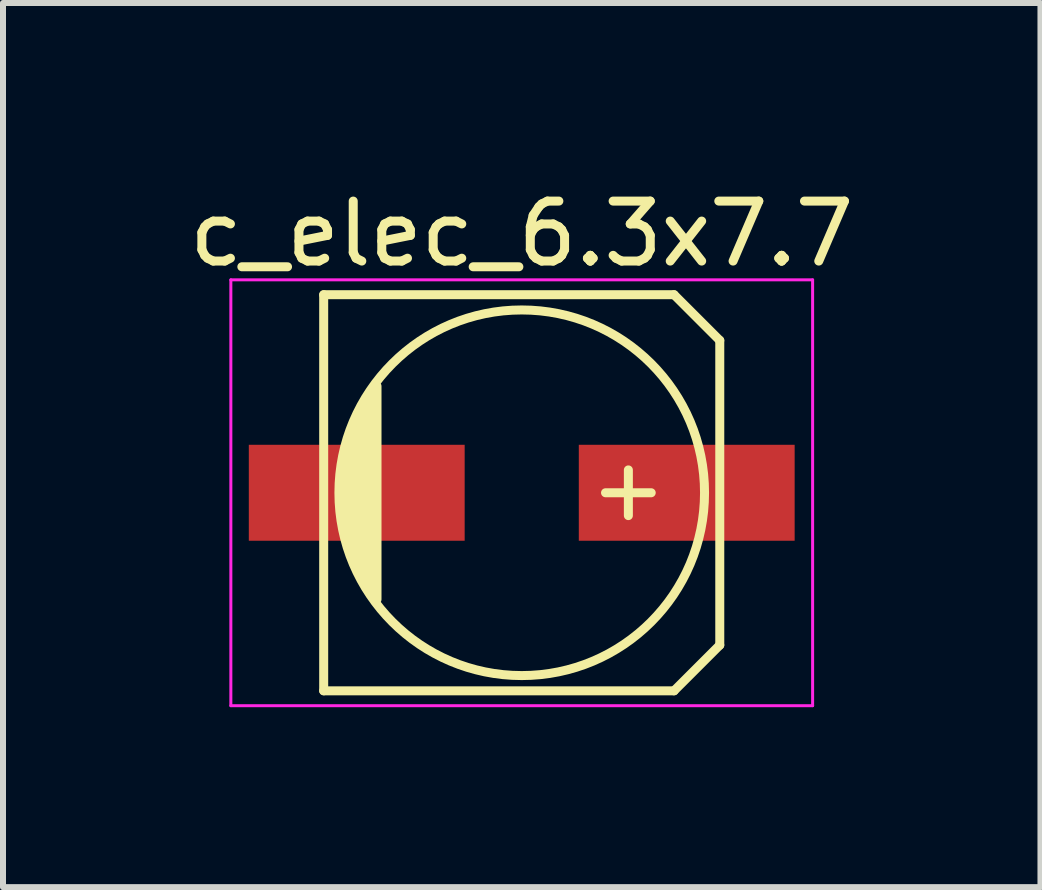
<source format=kicad_pcb>
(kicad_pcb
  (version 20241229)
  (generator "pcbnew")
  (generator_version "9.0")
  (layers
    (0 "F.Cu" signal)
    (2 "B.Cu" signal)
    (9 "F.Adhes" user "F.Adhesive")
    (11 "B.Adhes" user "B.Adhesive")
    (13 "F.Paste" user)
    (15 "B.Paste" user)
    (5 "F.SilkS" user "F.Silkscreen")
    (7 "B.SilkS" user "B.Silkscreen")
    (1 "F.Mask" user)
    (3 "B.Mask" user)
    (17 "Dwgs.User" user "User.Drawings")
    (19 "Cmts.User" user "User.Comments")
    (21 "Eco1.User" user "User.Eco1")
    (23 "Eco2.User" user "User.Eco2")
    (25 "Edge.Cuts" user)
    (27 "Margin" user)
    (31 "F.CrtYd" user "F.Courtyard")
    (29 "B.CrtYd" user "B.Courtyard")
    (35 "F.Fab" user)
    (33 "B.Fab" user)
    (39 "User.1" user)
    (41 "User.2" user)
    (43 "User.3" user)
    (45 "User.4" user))
  (footprint "c_elec_6.3x7.7"
    (layer "F.Cu")
    (at 5.649 5.166)
    (property "Reference" "c_elec_6.3x7.7" (at 0 -4.318 0) (layer "F.SilkS") (effects (font (size 1 1) (thickness 0.15))))
    (attr smd)
    (fp_line (start -3.302 -3.302) (end -3.302 3.302) (stroke (width 0.15) (type solid)) (layer "F.SilkS"))
    (fp_line (start -3.302 3.302) (end 2.54 3.302) (stroke (width 0.15) (type solid)) (layer "F.SilkS"))
    (fp_line (start -2.921 -0.762) (end -2.921 0.762) (stroke (width 0.15) (type solid)) (layer "F.SilkS"))
    (fp_line (start -2.794 1.143) (end -2.794 -1.143) (stroke (width 0.15) (type solid)) (layer "F.SilkS"))
    (fp_line (start -2.667 -1.397) (end -2.667 1.397) (stroke (width 0.15) (type solid)) (layer "F.SilkS"))
    (fp_line (start -2.54 1.651) (end -2.54 -1.651) (stroke (width 0.15) (type solid)) (layer "F.SilkS"))
    (fp_line (start -2.413 -1.778) (end -2.413 1.778) (stroke (width 0.15) (type solid)) (layer "F.SilkS"))
    (fp_line (start 1.778 -0.381) (end 1.778 0.381) (stroke (width 0.15) (type solid)) (layer "F.SilkS"))
    (fp_line (start 2.159 0) (end 1.397 0) (stroke (width 0.15) (type solid)) (layer "F.SilkS"))
    (fp_line (start 2.54 -3.302) (end -3.302 -3.302) (stroke (width 0.15) (type solid)) (layer "F.SilkS"))
    (fp_line (start 2.54 3.302) (end 3.302 2.54) (stroke (width 0.15) (type solid)) (layer "F.SilkS"))
    (fp_line (start 3.302 -2.54) (end 2.54 -3.302) (stroke (width 0.15) (type solid)) (layer "F.SilkS"))
    (fp_line (start 3.302 2.54) (end 3.302 -2.54) (stroke (width 0.15) (type solid)) (layer "F.SilkS"))
    (fp_circle (center 0 0) (end -3.048 0) (stroke (width 0.15) (type solid)) (fill no) (layer "F.SilkS"))
    (fp_line (start -4.85 -3.55) (end 4.85 -3.55) (stroke (width 0.05) (type solid)) (layer "F.CrtYd"))
    (fp_line (start -4.85 3.55) (end -4.85 -3.55) (stroke (width 0.05) (type solid)) (layer "F.CrtYd"))
    (fp_line (start 4.85 -3.55) (end 4.85 3.55) (stroke (width 0.05) (type solid)) (layer "F.CrtYd"))
    (fp_line (start 4.85 3.55) (end -4.85 3.55) (stroke (width 0.05) (type solid)) (layer "F.CrtYd"))
    (pad "1" smd rect (at 2.751 0) (size 3.599 1.6) (layers "F.Cu" "F.Mask" "F.Paste"))
    (pad "2" smd rect (at -2.751 0) (size 3.599 1.6) (layers "F.Cu" "F.Mask" "F.Paste")))
  (gr_rect
    (start -3 -3)
    (end 14.298 11.741)
    (stroke (width 0.1) (type default))
    (fill no)
    (layer "Edge.Cuts")))
</source>
